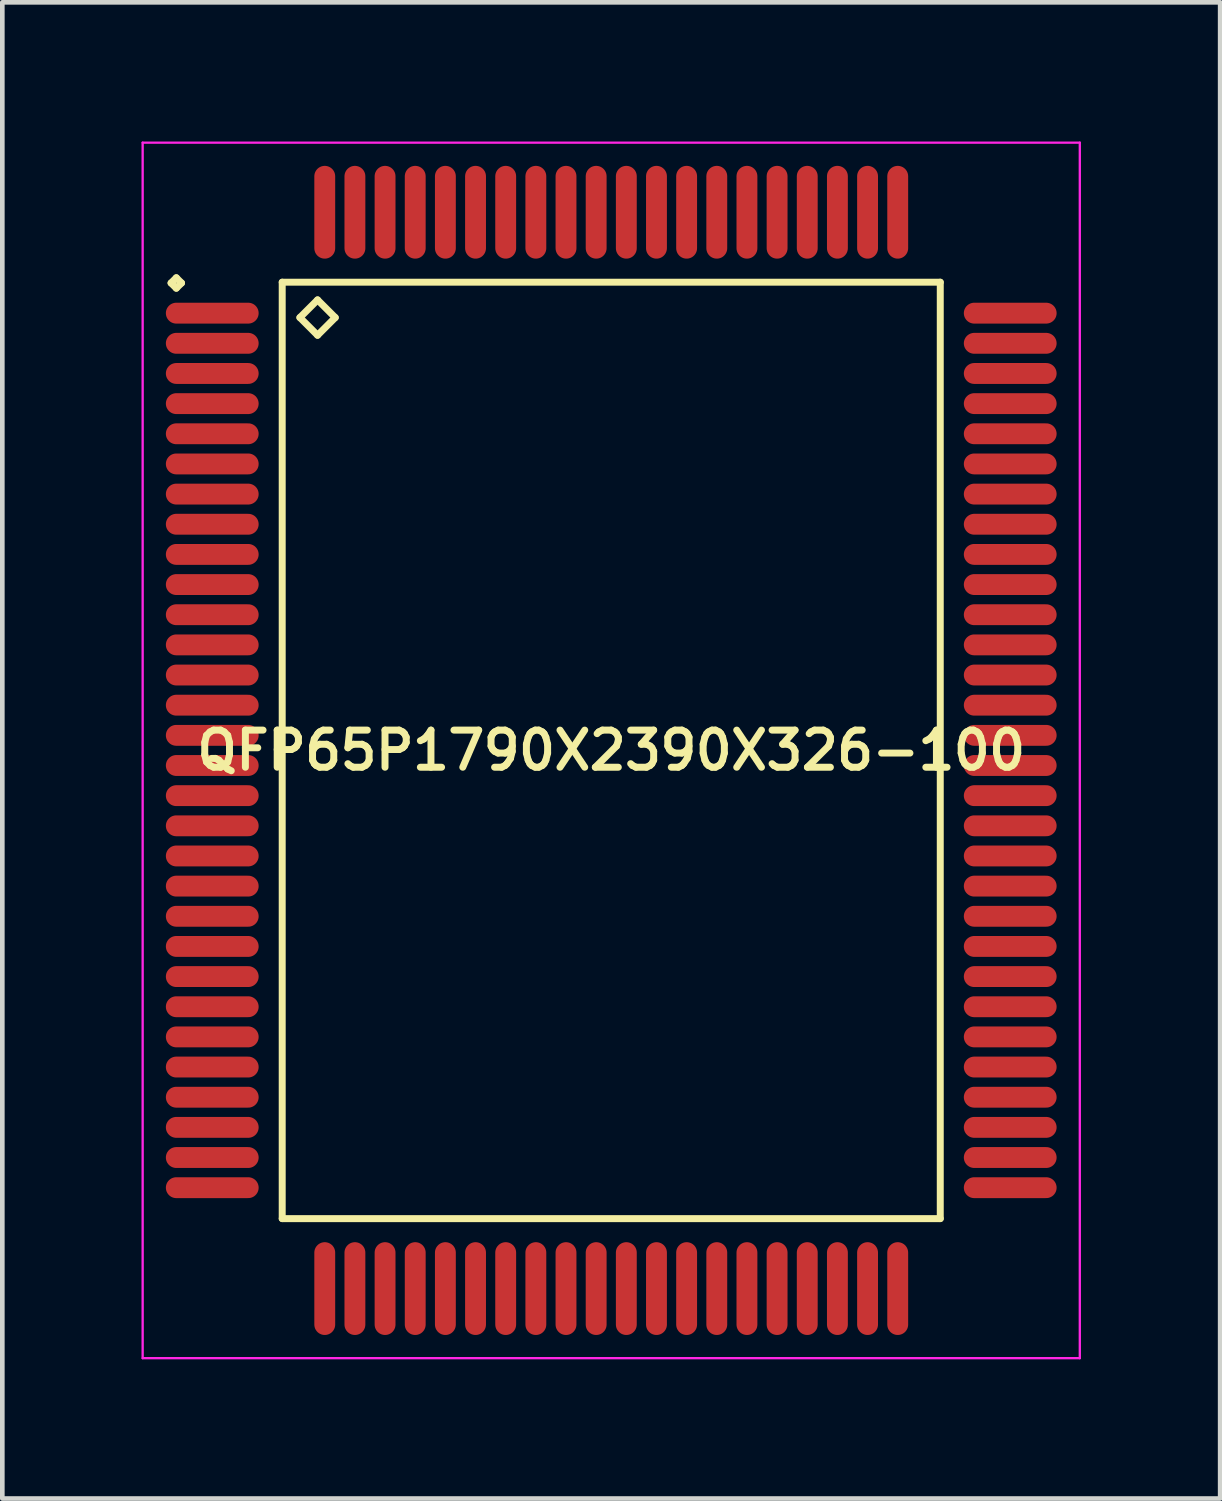
<source format=kicad_pcb>
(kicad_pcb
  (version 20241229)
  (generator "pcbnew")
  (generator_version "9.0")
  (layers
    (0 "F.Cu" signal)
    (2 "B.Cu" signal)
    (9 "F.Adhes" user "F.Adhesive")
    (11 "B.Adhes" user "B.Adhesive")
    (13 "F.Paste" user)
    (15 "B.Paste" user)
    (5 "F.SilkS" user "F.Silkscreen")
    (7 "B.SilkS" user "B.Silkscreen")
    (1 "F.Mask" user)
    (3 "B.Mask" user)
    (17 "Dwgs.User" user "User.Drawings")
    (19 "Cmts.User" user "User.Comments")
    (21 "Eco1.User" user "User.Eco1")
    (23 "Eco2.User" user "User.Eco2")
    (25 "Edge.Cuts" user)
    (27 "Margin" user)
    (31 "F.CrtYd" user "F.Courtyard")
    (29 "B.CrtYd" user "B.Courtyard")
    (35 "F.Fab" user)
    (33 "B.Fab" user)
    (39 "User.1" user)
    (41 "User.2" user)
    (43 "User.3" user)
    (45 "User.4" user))
  (footprint "QFP65P1790X2390X326-100"
    (layer "F.Cu")
    (at 10.125 13.125)
    (property "Reference" "QFP65P1790X2390X326-100" (at 0 0 0) (layer "F.SilkS") (effects (font (size 0.8 0.8) (thickness 0.15))))
    (attr smd)
    (fp_line (start -9.488 -10.075) (end -9.375 -10.188) (stroke (width 0.15) (type solid)) (layer "F.SilkS"))
    (fp_line (start -9.375 -10.188) (end -9.262 -10.075) (stroke (width 0.15) (type solid)) (layer "F.SilkS"))
    (fp_line (start -9.375 -9.963) (end -9.488 -10.075) (stroke (width 0.15) (type solid)) (layer "F.SilkS"))
    (fp_line (start -9.262 -10.075) (end -9.375 -9.963) (stroke (width 0.15) (type solid)) (layer "F.SilkS"))
    (fp_line (start -7.092 -10.092) (end -7.092 10.092) (stroke (width 0.15) (type solid)) (layer "F.SilkS"))
    (fp_line (start -7.092 10.092) (end 7.092 10.092) (stroke (width 0.15) (type solid)) (layer "F.SilkS"))
    (fp_line (start -6.711 -9.33) (end -6.33 -9.711) (stroke (width 0.15) (type solid)) (layer "F.SilkS"))
    (fp_line (start -6.33 -9.711) (end -5.949 -9.33) (stroke (width 0.15) (type solid)) (layer "F.SilkS"))
    (fp_line (start -6.33 -8.949) (end -6.711 -9.33) (stroke (width 0.15) (type solid)) (layer "F.SilkS"))
    (fp_line (start -5.949 -9.33) (end -6.33 -8.949) (stroke (width 0.15) (type solid)) (layer "F.SilkS"))
    (fp_line (start 7.092 -10.092) (end -7.092 -10.092) (stroke (width 0.15) (type solid)) (layer "F.SilkS"))
    (fp_line (start 7.092 10.092) (end 7.092 -10.092) (stroke (width 0.15) (type solid)) (layer "F.SilkS"))
    (fp_line (start -10.1 -13.1) (end 10.1 -13.1) (stroke (width 0.05) (type solid)) (layer "F.CrtYd"))
    (fp_line (start -10.1 13.1) (end -10.1 -13.1) (stroke (width 0.05) (type solid)) (layer "F.CrtYd"))
    (fp_line (start 10.1 -13.1) (end 10.1 13.1) (stroke (width 0.05) (type solid)) (layer "F.CrtYd"))
    (fp_line (start 10.1 13.1) (end -10.1 13.1) (stroke (width 0.05) (type solid)) (layer "F.CrtYd"))
    (pad "1" smd oval (at -8.6 -9.425) (size 2 0.45) (layers "F.Cu" "F.Mask" "F.Paste"))
    (pad "2" smd oval (at -8.6 -8.775) (size 2 0.45) (layers "F.Cu" "F.Mask" "F.Paste"))
    (pad "3" smd oval (at -8.6 -8.125) (size 2 0.45) (layers "F.Cu" "F.Mask" "F.Paste"))
    (pad "4" smd oval (at -8.6 -7.475) (size 2 0.45) (layers "F.Cu" "F.Mask" "F.Paste"))
    (pad "5" smd oval (at -8.6 -6.825) (size 2 0.45) (layers "F.Cu" "F.Mask" "F.Paste"))
    (pad "6" smd oval (at -8.6 -6.175) (size 2 0.45) (layers "F.Cu" "F.Mask" "F.Paste"))
    (pad "7" smd oval (at -8.6 -5.525) (size 2 0.45) (layers "F.Cu" "F.Mask" "F.Paste"))
    (pad "8" smd oval (at -8.6 -4.875) (size 2 0.45) (layers "F.Cu" "F.Mask" "F.Paste"))
    (pad "9" smd oval (at -8.6 -4.225) (size 2 0.45) (layers "F.Cu" "F.Mask" "F.Paste"))
    (pad "10" smd oval (at -8.6 -3.575) (size 2 0.45) (layers "F.Cu" "F.Mask" "F.Paste"))
    (pad "11" smd oval (at -8.6 -2.925) (size 2 0.45) (layers "F.Cu" "F.Mask" "F.Paste"))
    (pad "12" smd oval (at -8.6 -2.275) (size 2 0.45) (layers "F.Cu" "F.Mask" "F.Paste"))
    (pad "13" smd oval (at -8.6 -1.625) (size 2 0.45) (layers "F.Cu" "F.Mask" "F.Paste"))
    (pad "14" smd oval (at -8.6 -0.975) (size 2 0.45) (layers "F.Cu" "F.Mask" "F.Paste"))
    (pad "15" smd oval (at -8.6 -0.325) (size 2 0.45) (layers "F.Cu" "F.Mask" "F.Paste"))
    (pad "16" smd oval (at -8.6 0.325) (size 2 0.45) (layers "F.Cu" "F.Mask" "F.Paste"))
    (pad "17" smd oval (at -8.6 0.975) (size 2 0.45) (layers "F.Cu" "F.Mask" "F.Paste"))
    (pad "18" smd oval (at -8.6 1.625) (size 2 0.45) (layers "F.Cu" "F.Mask" "F.Paste"))
    (pad "19" smd oval (at -8.6 2.275) (size 2 0.45) (layers "F.Cu" "F.Mask" "F.Paste"))
    (pad "20" smd oval (at -8.6 2.925) (size 2 0.45) (layers "F.Cu" "F.Mask" "F.Paste"))
    (pad "21" smd oval (at -8.6 3.575) (size 2 0.45) (layers "F.Cu" "F.Mask" "F.Paste"))
    (pad "22" smd oval (at -8.6 4.225) (size 2 0.45) (layers "F.Cu" "F.Mask" "F.Paste"))
    (pad "23" smd oval (at -8.6 4.875) (size 2 0.45) (layers "F.Cu" "F.Mask" "F.Paste"))
    (pad "24" smd oval (at -8.6 5.525) (size 2 0.45) (layers "F.Cu" "F.Mask" "F.Paste"))
    (pad "25" smd oval (at -8.6 6.175) (size 2 0.45) (layers "F.Cu" "F.Mask" "F.Paste"))
    (pad "26" smd oval (at -8.6 6.825) (size 2 0.45) (layers "F.Cu" "F.Mask" "F.Paste"))
    (pad "27" smd oval (at -8.6 7.475) (size 2 0.45) (layers "F.Cu" "F.Mask" "F.Paste"))
    (pad "28" smd oval (at -8.6 8.125) (size 2 0.45) (layers "F.Cu" "F.Mask" "F.Paste"))
    (pad "29" smd oval (at -8.6 8.775) (size 2 0.45) (layers "F.Cu" "F.Mask" "F.Paste"))
    (pad "30" smd oval (at -8.6 9.425) (size 2 0.45) (layers "F.Cu" "F.Mask" "F.Paste"))
    (pad "31" smd oval (at -6.175 11.6) (size 0.45 2) (layers "F.Cu" "F.Mask" "F.Paste"))
    (pad "32" smd oval (at -5.525 11.6) (size 0.45 2) (layers "F.Cu" "F.Mask" "F.Paste"))
    (pad "33" smd oval (at -4.875 11.6) (size 0.45 2) (layers "F.Cu" "F.Mask" "F.Paste"))
    (pad "34" smd oval (at -4.225 11.6) (size 0.45 2) (layers "F.Cu" "F.Mask" "F.Paste"))
    (pad "35" smd oval (at -3.575 11.6) (size 0.45 2) (layers "F.Cu" "F.Mask" "F.Paste"))
    (pad "36" smd oval (at -2.925 11.6) (size 0.45 2) (layers "F.Cu" "F.Mask" "F.Paste"))
    (pad "37" smd oval (at -2.275 11.6) (size 0.45 2) (layers "F.Cu" "F.Mask" "F.Paste"))
    (pad "38" smd oval (at -1.625 11.6) (size 0.45 2) (layers "F.Cu" "F.Mask" "F.Paste"))
    (pad "39" smd oval (at -0.975 11.6) (size 0.45 2) (layers "F.Cu" "F.Mask" "F.Paste"))
    (pad "40" smd oval (at -0.325 11.6) (size 0.45 2) (layers "F.Cu" "F.Mask" "F.Paste"))
    (pad "41" smd oval (at 0.325 11.6) (size 0.45 2) (layers "F.Cu" "F.Mask" "F.Paste"))
    (pad "42" smd oval (at 0.975 11.6) (size 0.45 2) (layers "F.Cu" "F.Mask" "F.Paste"))
    (pad "43" smd oval (at 1.625 11.6) (size 0.45 2) (layers "F.Cu" "F.Mask" "F.Paste"))
    (pad "44" smd oval (at 2.275 11.6) (size 0.45 2) (layers "F.Cu" "F.Mask" "F.Paste"))
    (pad "45" smd oval (at 2.925 11.6) (size 0.45 2) (layers "F.Cu" "F.Mask" "F.Paste"))
    (pad "46" smd oval (at 3.575 11.6) (size 0.45 2) (layers "F.Cu" "F.Mask" "F.Paste"))
    (pad "47" smd oval (at 4.225 11.6) (size 0.45 2) (layers "F.Cu" "F.Mask" "F.Paste"))
    (pad "48" smd oval (at 4.875 11.6) (size 0.45 2) (layers "F.Cu" "F.Mask" "F.Paste"))
    (pad "49" smd oval (at 5.525 11.6) (size 0.45 2) (layers "F.Cu" "F.Mask" "F.Paste"))
    (pad "50" smd oval (at 6.175 11.6) (size 0.45 2) (layers "F.Cu" "F.Mask" "F.Paste"))
    (pad "51" smd oval (at 8.6 9.425) (size 2 0.45) (layers "F.Cu" "F.Mask" "F.Paste"))
    (pad "52" smd oval (at 8.6 8.775) (size 2 0.45) (layers "F.Cu" "F.Mask" "F.Paste"))
    (pad "53" smd oval (at 8.6 8.125) (size 2 0.45) (layers "F.Cu" "F.Mask" "F.Paste"))
    (pad "54" smd oval (at 8.6 7.475) (size 2 0.45) (layers "F.Cu" "F.Mask" "F.Paste"))
    (pad "55" smd oval (at 8.6 6.825) (size 2 0.45) (layers "F.Cu" "F.Mask" "F.Paste"))
    (pad "56" smd oval (at 8.6 6.175) (size 2 0.45) (layers "F.Cu" "F.Mask" "F.Paste"))
    (pad "57" smd oval (at 8.6 5.525) (size 2 0.45) (layers "F.Cu" "F.Mask" "F.Paste"))
    (pad "58" smd oval (at 8.6 4.875) (size 2 0.45) (layers "F.Cu" "F.Mask" "F.Paste"))
    (pad "59" smd oval (at 8.6 4.225) (size 2 0.45) (layers "F.Cu" "F.Mask" "F.Paste"))
    (pad "60" smd oval (at 8.6 3.575) (size 2 0.45) (layers "F.Cu" "F.Mask" "F.Paste"))
    (pad "61" smd oval (at 8.6 2.925) (size 2 0.45) (layers "F.Cu" "F.Mask" "F.Paste"))
    (pad "62" smd oval (at 8.6 2.275) (size 2 0.45) (layers "F.Cu" "F.Mask" "F.Paste"))
    (pad "63" smd oval (at 8.6 1.625) (size 2 0.45) (layers "F.Cu" "F.Mask" "F.Paste"))
    (pad "64" smd oval (at 8.6 0.975) (size 2 0.45) (layers "F.Cu" "F.Mask" "F.Paste"))
    (pad "65" smd oval (at 8.6 0.325) (size 2 0.45) (layers "F.Cu" "F.Mask" "F.Paste"))
    (pad "66" smd oval (at 8.6 -0.325) (size 2 0.45) (layers "F.Cu" "F.Mask" "F.Paste"))
    (pad "67" smd oval (at 8.6 -0.975) (size 2 0.45) (layers "F.Cu" "F.Mask" "F.Paste"))
    (pad "68" smd oval (at 8.6 -1.625) (size 2 0.45) (layers "F.Cu" "F.Mask" "F.Paste"))
    (pad "69" smd oval (at 8.6 -2.275) (size 2 0.45) (layers "F.Cu" "F.Mask" "F.Paste"))
    (pad "70" smd oval (at 8.6 -2.925) (size 2 0.45) (layers "F.Cu" "F.Mask" "F.Paste"))
    (pad "71" smd oval (at 8.6 -3.575) (size 2 0.45) (layers "F.Cu" "F.Mask" "F.Paste"))
    (pad "72" smd oval (at 8.6 -4.225) (size 2 0.45) (layers "F.Cu" "F.Mask" "F.Paste"))
    (pad "73" smd oval (at 8.6 -4.875) (size 2 0.45) (layers "F.Cu" "F.Mask" "F.Paste"))
    (pad "74" smd oval (at 8.6 -5.525) (size 2 0.45) (layers "F.Cu" "F.Mask" "F.Paste"))
    (pad "75" smd oval (at 8.6 -6.175) (size 2 0.45) (layers "F.Cu" "F.Mask" "F.Paste"))
    (pad "76" smd oval (at 8.6 -6.825) (size 2 0.45) (layers "F.Cu" "F.Mask" "F.Paste"))
    (pad "77" smd oval (at 8.6 -7.475) (size 2 0.45) (layers "F.Cu" "F.Mask" "F.Paste"))
    (pad "78" smd oval (at 8.6 -8.125) (size 2 0.45) (layers "F.Cu" "F.Mask" "F.Paste"))
    (pad "79" smd oval (at 8.6 -8.775) (size 2 0.45) (layers "F.Cu" "F.Mask" "F.Paste"))
    (pad "80" smd oval (at 8.6 -9.425) (size 2 0.45) (layers "F.Cu" "F.Mask" "F.Paste"))
    (pad "81" smd oval (at 6.175 -11.6) (size 0.45 2) (layers "F.Cu" "F.Mask" "F.Paste"))
    (pad "82" smd oval (at 5.525 -11.6) (size 0.45 2) (layers "F.Cu" "F.Mask" "F.Paste"))
    (pad "83" smd oval (at 4.875 -11.6) (size 0.45 2) (layers "F.Cu" "F.Mask" "F.Paste"))
    (pad "84" smd oval (at 4.225 -11.6) (size 0.45 2) (layers "F.Cu" "F.Mask" "F.Paste"))
    (pad "85" smd oval (at 3.575 -11.6) (size 0.45 2) (layers "F.Cu" "F.Mask" "F.Paste"))
    (pad "86" smd oval (at 2.925 -11.6) (size 0.45 2) (layers "F.Cu" "F.Mask" "F.Paste"))
    (pad "87" smd oval (at 2.275 -11.6) (size 0.45 2) (layers "F.Cu" "F.Mask" "F.Paste"))
    (pad "88" smd oval (at 1.625 -11.6) (size 0.45 2) (layers "F.Cu" "F.Mask" "F.Paste"))
    (pad "89" smd oval (at 0.975 -11.6) (size 0.45 2) (layers "F.Cu" "F.Mask" "F.Paste"))
    (pad "90" smd oval (at 0.325 -11.6) (size 0.45 2) (layers "F.Cu" "F.Mask" "F.Paste"))
    (pad "91" smd oval (at -0.325 -11.6) (size 0.45 2) (layers "F.Cu" "F.Mask" "F.Paste"))
    (pad "92" smd oval (at -0.975 -11.6) (size 0.45 2) (layers "F.Cu" "F.Mask" "F.Paste"))
    (pad "93" smd oval (at -1.625 -11.6) (size 0.45 2) (layers "F.Cu" "F.Mask" "F.Paste"))
    (pad "94" smd oval (at -2.275 -11.6) (size 0.45 2) (layers "F.Cu" "F.Mask" "F.Paste"))
    (pad "95" smd oval (at -2.925 -11.6) (size 0.45 2) (layers "F.Cu" "F.Mask" "F.Paste"))
    (pad "96" smd oval (at -3.575 -11.6) (size 0.45 2) (layers "F.Cu" "F.Mask" "F.Paste"))
    (pad "97" smd oval (at -4.225 -11.6) (size 0.45 2) (layers "F.Cu" "F.Mask" "F.Paste"))
    (pad "98" smd oval (at -4.875 -11.6) (size 0.45 2) (layers "F.Cu" "F.Mask" "F.Paste"))
    (pad "99" smd oval (at -5.525 -11.6) (size 0.45 2) (layers "F.Cu" "F.Mask" "F.Paste"))
    (pad "100" smd oval (at -6.175 -11.6) (size 0.45 2) (layers "F.Cu" "F.Mask" "F.Paste")))
  (gr_rect
    (start -3 -3)
    (end 23.25 29.25)
    (stroke (width 0.1) (type default))
    (fill no)
    (layer "Edge.Cuts")))
</source>
